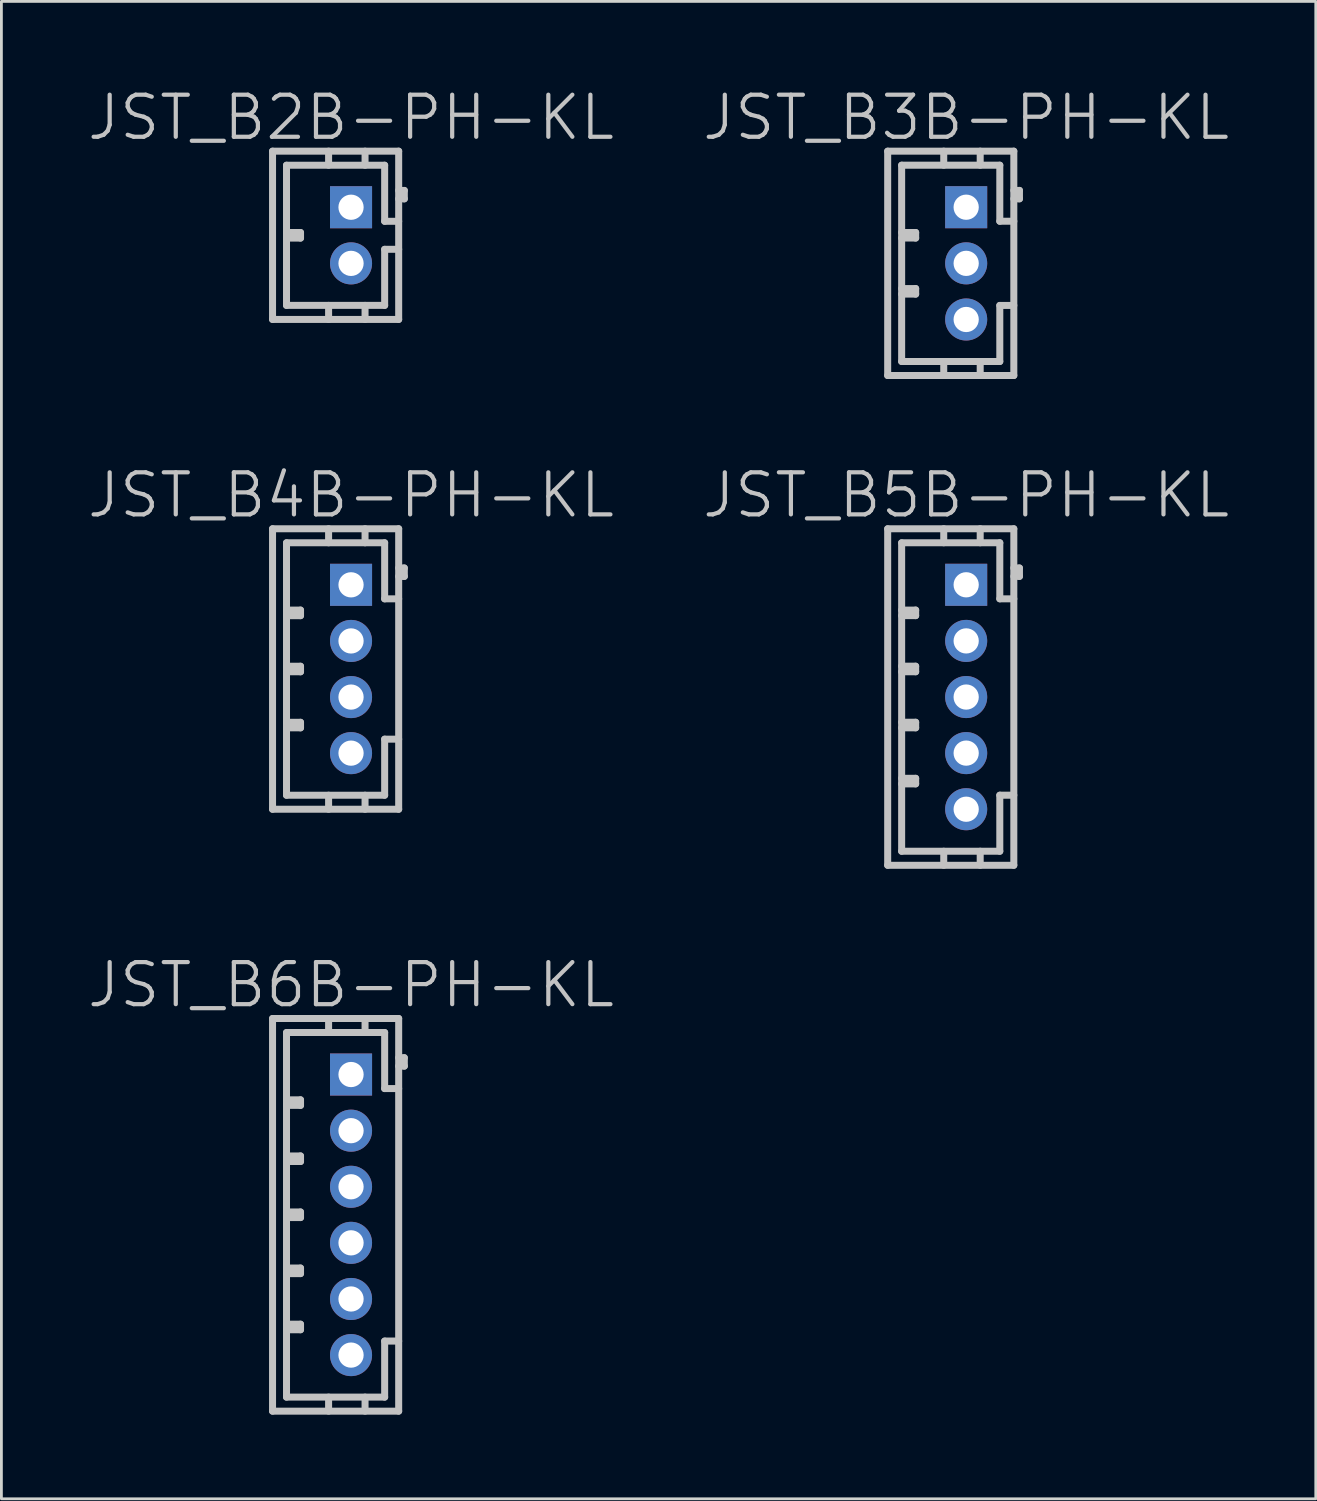
<source format=kicad_pcb>
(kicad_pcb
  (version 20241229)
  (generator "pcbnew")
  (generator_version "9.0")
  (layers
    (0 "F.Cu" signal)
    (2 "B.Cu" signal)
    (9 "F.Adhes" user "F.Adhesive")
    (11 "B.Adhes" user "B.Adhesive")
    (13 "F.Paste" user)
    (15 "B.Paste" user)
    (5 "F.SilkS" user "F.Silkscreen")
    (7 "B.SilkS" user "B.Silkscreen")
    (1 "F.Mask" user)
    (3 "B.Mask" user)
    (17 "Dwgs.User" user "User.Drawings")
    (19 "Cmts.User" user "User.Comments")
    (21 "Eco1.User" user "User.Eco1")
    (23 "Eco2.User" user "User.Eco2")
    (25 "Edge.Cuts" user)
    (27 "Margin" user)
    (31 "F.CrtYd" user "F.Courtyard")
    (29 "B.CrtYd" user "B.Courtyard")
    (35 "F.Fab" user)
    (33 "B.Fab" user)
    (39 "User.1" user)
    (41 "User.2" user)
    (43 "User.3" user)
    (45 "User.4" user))
  (footprint "JST_B2B-PH-KL"
    (layer "F.Cu")
    (at 9.468 5.341)
    (property "Reference" "JST_B2B-PH-KL" (at 0 -4.2 180) (layer "Dwgs.User") (effects (font (size 1.5 1.5) (thickness 0.15))))
    (attr through_hole)
    (fp_line (start -2.799 -3) (end -2.799 3) (stroke (width 0.25) (type solid)) (layer "Dwgs.User"))
    (fp_line (start -2.301 -2.499) (end -2.301 2.499) (stroke (width 0.25) (type solid)) (layer "Dwgs.User"))
    (fp_line (start -2.301 -0.099) (end -1.801 -0.099) (stroke (width 0.25) (type solid)) (layer "Dwgs.User"))
    (fp_line (start -2.301 2.499) (end 1.199 2.499) (stroke (width 0.25) (type solid)) (layer "Dwgs.User"))
    (fp_line (start -1.801 -0.099) (end -1.801 0.099) (stroke (width 0.25) (type solid)) (layer "Dwgs.User"))
    (fp_line (start -1.801 0.099) (end -2.301 0.099) (stroke (width 0.25) (type solid)) (layer "Dwgs.User"))
    (fp_line (start -0.8 -2.499) (end -0.8 -3) (stroke (width 0.25) (type solid)) (layer "Dwgs.User"))
    (fp_line (start -0.8 2.499) (end -0.8 3) (stroke (width 0.25) (type solid)) (layer "Dwgs.User"))
    (fp_line (start 0.5 -2.499) (end 0.5 -3) (stroke (width 0.25) (type solid)) (layer "Dwgs.User"))
    (fp_line (start 0.5 3) (end 0.5 2.499) (stroke (width 0.25) (type solid)) (layer "Dwgs.User"))
    (fp_line (start 1.199 -2.499) (end -2.301 -2.499) (stroke (width 0.25) (type solid)) (layer "Dwgs.User"))
    (fp_line (start 1.199 -0.5) (end 1.199 -2.499) (stroke (width 0.25) (type solid)) (layer "Dwgs.User"))
    (fp_line (start 1.199 0.5) (end 1.699 0.5) (stroke (width 0.25) (type solid)) (layer "Dwgs.User"))
    (fp_line (start 1.199 2.499) (end 1.199 0.5) (stroke (width 0.25) (type solid)) (layer "Dwgs.User"))
    (fp_line (start 1.699 -3) (end -2.799 -3) (stroke (width 0.25) (type solid)) (layer "Dwgs.User"))
    (fp_line (start 1.699 -1.3) (end 1.9 -1.3) (stroke (width 0.25) (type solid)) (layer "Dwgs.User"))
    (fp_line (start 1.699 -0.5) (end 1.199 -0.5) (stroke (width 0.25) (type solid)) (layer "Dwgs.User"))
    (fp_line (start 1.699 3) (end -2.799 3) (stroke (width 0.25) (type solid)) (layer "Dwgs.User"))
    (fp_line (start 1.699 3) (end 1.699 -3) (stroke (width 0.25) (type solid)) (layer "Dwgs.User"))
    (fp_line (start 1.9 -1.6) (end 1.699 -1.6) (stroke (width 0.25) (type solid)) (layer "Dwgs.User"))
    (fp_line (start 1.9 -1.3) (end 1.9 -1.6) (stroke (width 0.25) (type solid)) (layer "Dwgs.User"))
    (pad "1" thru_hole rect (at 0 -1.001 270) (size 1.5 1.5) (drill 0.9) (layers "*.Cu" "*.Mask"))
    (pad "2" thru_hole circle (at 0 1.001 270) (size 1.5 1.5) (drill 0.9) (layers "*.Cu" "*.Mask")))
  (footprint "JST_B5B-PH-KL"
    (layer "F.Cu")
    (at 31.404 21.807)
    (property "Reference" "JST_B5B-PH-KL" (at 0 -7.2 180) (layer "Dwgs.User") (effects (font (size 1.5 1.5) (thickness 0.15))))
    (attr through_hole)
    (fp_line (start -2.799 5.999) (end -2.799 -5.999) (stroke (width 0.25) (type solid)) (layer "Dwgs.User"))
    (fp_line (start -2.301 -5.499) (end -2.301 5.499) (stroke (width 0.25) (type solid)) (layer "Dwgs.User"))
    (fp_line (start -2.301 -3.101) (end -1.801 -3.101) (stroke (width 0.25) (type solid)) (layer "Dwgs.User"))
    (fp_line (start -2.301 -1.1) (end -1.801 -1.1) (stroke (width 0.25) (type solid)) (layer "Dwgs.User"))
    (fp_line (start -2.301 0.899) (end -1.801 0.899) (stroke (width 0.25) (type solid)) (layer "Dwgs.User"))
    (fp_line (start -2.301 2.898) (end -1.801 2.898) (stroke (width 0.25) (type solid)) (layer "Dwgs.User"))
    (fp_line (start -2.301 5.499) (end 1.199 5.499) (stroke (width 0.25) (type solid)) (layer "Dwgs.User"))
    (fp_line (start -1.801 -3.101) (end -1.801 -2.903) (stroke (width 0.25) (type solid)) (layer "Dwgs.User"))
    (fp_line (start -1.801 -2.903) (end -2.301 -2.903) (stroke (width 0.25) (type solid)) (layer "Dwgs.User"))
    (fp_line (start -1.801 -1.1) (end -1.801 -0.902) (stroke (width 0.25) (type solid)) (layer "Dwgs.User"))
    (fp_line (start -1.801 -0.902) (end -2.301 -0.902) (stroke (width 0.25) (type solid)) (layer "Dwgs.User"))
    (fp_line (start -1.801 0.899) (end -1.801 1.097) (stroke (width 0.25) (type solid)) (layer "Dwgs.User"))
    (fp_line (start -1.801 1.097) (end -2.301 1.097) (stroke (width 0.25) (type solid)) (layer "Dwgs.User"))
    (fp_line (start -1.801 2.898) (end -1.801 3.096) (stroke (width 0.25) (type solid)) (layer "Dwgs.User"))
    (fp_line (start -1.801 3.096) (end -2.301 3.096) (stroke (width 0.25) (type solid)) (layer "Dwgs.User"))
    (fp_line (start -0.8 -5.502) (end -0.8 -6.002) (stroke (width 0.25) (type solid)) (layer "Dwgs.User"))
    (fp_line (start -0.8 5.499) (end -0.8 5.999) (stroke (width 0.25) (type solid)) (layer "Dwgs.User"))
    (fp_line (start 0.5 -5.502) (end 0.5 -6.002) (stroke (width 0.25) (type solid)) (layer "Dwgs.User"))
    (fp_line (start 0.5 5.999) (end 0.5 5.499) (stroke (width 0.25) (type solid)) (layer "Dwgs.User"))
    (fp_line (start 1.199 -5.502) (end -2.301 -5.502) (stroke (width 0.25) (type solid)) (layer "Dwgs.User"))
    (fp_line (start 1.199 -3.503) (end 1.199 -5.502) (stroke (width 0.25) (type solid)) (layer "Dwgs.User"))
    (fp_line (start 1.199 3.5) (end 1.699 3.5) (stroke (width 0.25) (type solid)) (layer "Dwgs.User"))
    (fp_line (start 1.199 5.499) (end 1.199 3.5) (stroke (width 0.25) (type solid)) (layer "Dwgs.User"))
    (fp_line (start 1.699 -6.002) (end -2.799 -6.002) (stroke (width 0.25) (type solid)) (layer "Dwgs.User"))
    (fp_line (start 1.699 -4.303) (end 1.9 -4.303) (stroke (width 0.25) (type solid)) (layer "Dwgs.User"))
    (fp_line (start 1.699 -3.503) (end 1.199 -3.503) (stroke (width 0.25) (type solid)) (layer "Dwgs.User"))
    (fp_line (start 1.699 5.999) (end -2.799 5.999) (stroke (width 0.25) (type solid)) (layer "Dwgs.User"))
    (fp_line (start 1.699 5.999) (end 1.699 -5.999) (stroke (width 0.25) (type solid)) (layer "Dwgs.User"))
    (fp_line (start 1.9 -4.602) (end 1.699 -4.602) (stroke (width 0.25) (type solid)) (layer "Dwgs.User"))
    (fp_line (start 1.9 -4.303) (end 1.9 -4.602) (stroke (width 0.25) (type solid)) (layer "Dwgs.User"))
    (pad "1" thru_hole rect (at 0 -4.003 270) (size 1.5 1.5) (drill 0.9) (layers "*.Cu" "*.Mask"))
    (pad "2" thru_hole circle (at 0 -2.002 270) (size 1.5 1.5) (drill 0.9) (layers "*.Cu" "*.Mask"))
    (pad "3" thru_hole circle (at 0 0 270) (size 1.5 1.5) (drill 0.9) (layers "*.Cu" "*.Mask"))
    (pad "4" thru_hole circle (at 0 1.999 270) (size 1.5 1.5) (drill 0.9) (layers "*.Cu" "*.Mask"))
    (pad "5" thru_hole circle (at 0 4 270) (size 1.5 1.5) (drill 0.9) (layers "*.Cu" "*.Mask")))
  (footprint "JST_B4B-PH-KL"
    (layer "F.Cu")
    (at 9.468 20.807)
    (property "Reference" "JST_B4B-PH-KL" (at 0 -6.2 180) (layer "Dwgs.User") (effects (font (size 1.5 1.5) (thickness 0.15))))
    (attr through_hole)
    (fp_line (start -2.799 -5.001) (end -2.799 5.001) (stroke (width 0.25) (type solid)) (layer "Dwgs.User"))
    (fp_line (start -2.301 -2.101) (end -1.801 -2.101) (stroke (width 0.25) (type solid)) (layer "Dwgs.User"))
    (fp_line (start -2.301 -0.099) (end -1.801 -0.099) (stroke (width 0.25) (type solid)) (layer "Dwgs.User"))
    (fp_line (start -2.301 1.9) (end -1.801 1.9) (stroke (width 0.25) (type solid)) (layer "Dwgs.User"))
    (fp_line (start -2.301 4.501) (end -2.301 -4.501) (stroke (width 0.25) (type solid)) (layer "Dwgs.User"))
    (fp_line (start -2.301 4.501) (end 1.199 4.501) (stroke (width 0.25) (type solid)) (layer "Dwgs.User"))
    (fp_line (start -1.801 -2.101) (end -1.801 -1.902) (stroke (width 0.25) (type solid)) (layer "Dwgs.User"))
    (fp_line (start -1.801 -1.902) (end -2.301 -1.902) (stroke (width 0.25) (type solid)) (layer "Dwgs.User"))
    (fp_line (start -1.801 -0.099) (end -1.801 0.099) (stroke (width 0.25) (type solid)) (layer "Dwgs.User"))
    (fp_line (start -1.801 0.099) (end -2.301 0.099) (stroke (width 0.25) (type solid)) (layer "Dwgs.User"))
    (fp_line (start -1.801 1.9) (end -1.801 2.098) (stroke (width 0.25) (type solid)) (layer "Dwgs.User"))
    (fp_line (start -1.801 2.098) (end -2.301 2.098) (stroke (width 0.25) (type solid)) (layer "Dwgs.User"))
    (fp_line (start -0.8 -4.501) (end -0.8 -5.001) (stroke (width 0.25) (type solid)) (layer "Dwgs.User"))
    (fp_line (start -0.8 4.501) (end -0.8 5.001) (stroke (width 0.25) (type solid)) (layer "Dwgs.User"))
    (fp_line (start 0.5 -4.501) (end 0.5 -5.001) (stroke (width 0.25) (type solid)) (layer "Dwgs.User"))
    (fp_line (start 0.5 5.001) (end 0.5 4.501) (stroke (width 0.25) (type solid)) (layer "Dwgs.User"))
    (fp_line (start 1.199 -4.501) (end -2.301 -4.501) (stroke (width 0.25) (type solid)) (layer "Dwgs.User"))
    (fp_line (start 1.199 -2.502) (end 1.199 -4.501) (stroke (width 0.25) (type solid)) (layer "Dwgs.User"))
    (fp_line (start 1.199 2.502) (end 1.699 2.502) (stroke (width 0.25) (type solid)) (layer "Dwgs.User"))
    (fp_line (start 1.199 4.501) (end 1.199 2.502) (stroke (width 0.25) (type solid)) (layer "Dwgs.User"))
    (fp_line (start 1.699 -5.001) (end -2.799 -5.001) (stroke (width 0.25) (type solid)) (layer "Dwgs.User"))
    (fp_line (start 1.699 -5.001) (end 1.699 5.001) (stroke (width 0.25) (type solid)) (layer "Dwgs.User"))
    (fp_line (start 1.699 -3.302) (end 1.9 -3.302) (stroke (width 0.25) (type solid)) (layer "Dwgs.User"))
    (fp_line (start 1.699 -2.502) (end 1.199 -2.502) (stroke (width 0.25) (type solid)) (layer "Dwgs.User"))
    (fp_line (start 1.699 5.001) (end -2.799 5.001) (stroke (width 0.25) (type solid)) (layer "Dwgs.User"))
    (fp_line (start 1.9 -3.602) (end 1.699 -3.602) (stroke (width 0.25) (type solid)) (layer "Dwgs.User"))
    (fp_line (start 1.9 -3.302) (end 1.9 -3.602) (stroke (width 0.25) (type solid)) (layer "Dwgs.User"))
    (pad "1" thru_hole rect (at 0 -3.002) (size 1.5 1.5) (drill 0.9) (layers "*.Cu" "*.Mask"))
    (pad "2" thru_hole circle (at 0 -1.001 270) (size 1.5 1.5) (drill 0.9) (layers "*.Cu" "*.Mask"))
    (pad "3" thru_hole circle (at 0 1.001 270) (size 1.5 1.5) (drill 0.9) (layers "*.Cu" "*.Mask"))
    (pad "4" thru_hole circle (at 0 3 270) (size 1.5 1.5) (drill 0.9) (layers "*.Cu" "*.Mask")))
  (footprint "JST_B3B-PH-KL"
    (layer "F.Cu")
    (at 31.404 6.341)
    (property "Reference" "JST_B3B-PH-KL" (at 0 -5.2 180) (layer "Dwgs.User") (effects (font (size 1.5 1.5) (thickness 0.15))))
    (attr through_hole)
    (fp_line (start -2.799 -4) (end -2.799 4) (stroke (width 0.25) (type solid)) (layer "Dwgs.User"))
    (fp_line (start -2.301 -1.1) (end -1.801 -1.1) (stroke (width 0.25) (type solid)) (layer "Dwgs.User"))
    (fp_line (start -2.301 0.899) (end -1.801 0.899) (stroke (width 0.25) (type solid)) (layer "Dwgs.User"))
    (fp_line (start -2.301 3.5) (end -2.301 -3.5) (stroke (width 0.25) (type solid)) (layer "Dwgs.User"))
    (fp_line (start -2.301 3.5) (end 1.199 3.5) (stroke (width 0.25) (type solid)) (layer "Dwgs.User"))
    (fp_line (start -1.801 -1.1) (end -1.801 -0.902) (stroke (width 0.25) (type solid)) (layer "Dwgs.User"))
    (fp_line (start -1.801 -0.902) (end -2.301 -0.902) (stroke (width 0.25) (type solid)) (layer "Dwgs.User"))
    (fp_line (start -1.801 0.899) (end -1.801 1.097) (stroke (width 0.25) (type solid)) (layer "Dwgs.User"))
    (fp_line (start -1.801 1.097) (end -2.301 1.097) (stroke (width 0.25) (type solid)) (layer "Dwgs.User"))
    (fp_line (start -0.8 -3.5) (end -0.8 -4) (stroke (width 0.25) (type solid)) (layer "Dwgs.User"))
    (fp_line (start -0.8 3.5) (end -0.8 4) (stroke (width 0.25) (type solid)) (layer "Dwgs.User"))
    (fp_line (start 0.5 -3.5) (end 0.5 -4) (stroke (width 0.25) (type solid)) (layer "Dwgs.User"))
    (fp_line (start 0.5 4) (end 0.5 3.5) (stroke (width 0.25) (type solid)) (layer "Dwgs.User"))
    (fp_line (start 1.199 -3.5) (end -2.301 -3.5) (stroke (width 0.25) (type solid)) (layer "Dwgs.User"))
    (fp_line (start 1.199 -1.501) (end 1.199 -3.5) (stroke (width 0.25) (type solid)) (layer "Dwgs.User"))
    (fp_line (start 1.199 1.501) (end 1.699 1.501) (stroke (width 0.25) (type solid)) (layer "Dwgs.User"))
    (fp_line (start 1.199 3.5) (end 1.199 1.501) (stroke (width 0.25) (type solid)) (layer "Dwgs.User"))
    (fp_line (start 1.699 -4) (end -2.799 -4) (stroke (width 0.25) (type solid)) (layer "Dwgs.User"))
    (fp_line (start 1.699 -4) (end 1.699 4) (stroke (width 0.25) (type solid)) (layer "Dwgs.User"))
    (fp_line (start 1.699 -2.301) (end 1.9 -2.301) (stroke (width 0.25) (type solid)) (layer "Dwgs.User"))
    (fp_line (start 1.699 -1.501) (end 1.199 -1.501) (stroke (width 0.25) (type solid)) (layer "Dwgs.User"))
    (fp_line (start 1.699 4) (end -2.799 4) (stroke (width 0.25) (type solid)) (layer "Dwgs.User"))
    (fp_line (start 1.9 -2.601) (end 1.699 -2.601) (stroke (width 0.25) (type solid)) (layer "Dwgs.User"))
    (fp_line (start 1.9 -2.301) (end 1.9 -2.601) (stroke (width 0.25) (type solid)) (layer "Dwgs.User"))
    (pad "1" thru_hole rect (at 0 -2.002) (size 1.5 1.5) (drill 0.9) (layers "*.Cu" "*.Mask"))
    (pad "2" thru_hole circle (at 0 0 270) (size 1.5 1.5) (drill 0.9) (layers "*.Cu" "*.Mask"))
    (pad "3" thru_hole circle (at 0 2.002 270) (size 1.5 1.5) (drill 0.9) (layers "*.Cu" "*.Mask")))
  (footprint "JST_B6B-PH-KL"
    (layer "F.Cu")
    (at 9.468 40.272)
    (property "Reference" "JST_B6B-PH-KL" (at 0 -8.2 180) (layer "Dwgs.User") (effects (font (size 1.5 1.5) (thickness 0.15))))
    (attr through_hole)
    (fp_line (start -2.799 -7) (end -2.799 7) (stroke (width 0.25) (type solid)) (layer "Dwgs.User"))
    (fp_line (start -2.301 -4.102) (end -1.801 -4.102) (stroke (width 0.25) (type solid)) (layer "Dwgs.User"))
    (fp_line (start -2.301 -2.101) (end -1.801 -2.101) (stroke (width 0.25) (type solid)) (layer "Dwgs.User"))
    (fp_line (start -2.301 -0.102) (end -1.801 -0.102) (stroke (width 0.25) (type solid)) (layer "Dwgs.User"))
    (fp_line (start -2.301 1.897) (end -1.801 1.897) (stroke (width 0.25) (type solid)) (layer "Dwgs.User"))
    (fp_line (start -2.301 3.899) (end -1.801 3.899) (stroke (width 0.25) (type solid)) (layer "Dwgs.User"))
    (fp_line (start -2.301 6.5) (end -2.301 -6.5) (stroke (width 0.25) (type solid)) (layer "Dwgs.User"))
    (fp_line (start -2.301 6.5) (end 1.199 6.5) (stroke (width 0.25) (type solid)) (layer "Dwgs.User"))
    (fp_line (start -1.801 -4.102) (end -1.801 -3.904) (stroke (width 0.25) (type solid)) (layer "Dwgs.User"))
    (fp_line (start -1.801 -3.904) (end -2.301 -3.904) (stroke (width 0.25) (type solid)) (layer "Dwgs.User"))
    (fp_line (start -1.801 -2.101) (end -1.801 -1.902) (stroke (width 0.25) (type solid)) (layer "Dwgs.User"))
    (fp_line (start -1.801 -1.902) (end -2.301 -1.902) (stroke (width 0.25) (type solid)) (layer "Dwgs.User"))
    (fp_line (start -1.801 -0.102) (end -1.801 0.097) (stroke (width 0.25) (type solid)) (layer "Dwgs.User"))
    (fp_line (start -1.801 0.097) (end -2.301 0.097) (stroke (width 0.25) (type solid)) (layer "Dwgs.User"))
    (fp_line (start -1.801 1.897) (end -1.801 2.095) (stroke (width 0.25) (type solid)) (layer "Dwgs.User"))
    (fp_line (start -1.801 2.095) (end -2.301 2.095) (stroke (width 0.25) (type solid)) (layer "Dwgs.User"))
    (fp_line (start -1.801 3.899) (end -1.801 4.097) (stroke (width 0.25) (type solid)) (layer "Dwgs.User"))
    (fp_line (start -1.801 4.097) (end -2.301 4.097) (stroke (width 0.25) (type solid)) (layer "Dwgs.User"))
    (fp_line (start -0.8 -6.502) (end -0.8 -7.003) (stroke (width 0.25) (type solid)) (layer "Dwgs.User"))
    (fp_line (start -0.8 6.5) (end -0.8 7) (stroke (width 0.25) (type solid)) (layer "Dwgs.User"))
    (fp_line (start 0.5 -6.502) (end 0.5 -7.003) (stroke (width 0.25) (type solid)) (layer "Dwgs.User"))
    (fp_line (start 0.5 7) (end 0.5 6.5) (stroke (width 0.25) (type solid)) (layer "Dwgs.User"))
    (fp_line (start 1.199 -6.502) (end -2.301 -6.502) (stroke (width 0.25) (type solid)) (layer "Dwgs.User"))
    (fp_line (start 1.199 -4.503) (end 1.199 -6.502) (stroke (width 0.25) (type solid)) (layer "Dwgs.User"))
    (fp_line (start 1.199 4.501) (end 1.699 4.501) (stroke (width 0.25) (type solid)) (layer "Dwgs.User"))
    (fp_line (start 1.199 6.5) (end 1.199 4.501) (stroke (width 0.25) (type solid)) (layer "Dwgs.User"))
    (fp_line (start 1.699 -7.003) (end -2.799 -7.003) (stroke (width 0.25) (type solid)) (layer "Dwgs.User"))
    (fp_line (start 1.699 -5.304) (end 1.9 -5.304) (stroke (width 0.25) (type solid)) (layer "Dwgs.User"))
    (fp_line (start 1.699 -4.503) (end 1.199 -4.503) (stroke (width 0.25) (type solid)) (layer "Dwgs.User"))
    (fp_line (start 1.699 7) (end -2.799 7) (stroke (width 0.25) (type solid)) (layer "Dwgs.User"))
    (fp_line (start 1.699 7) (end 1.699 -7) (stroke (width 0.25) (type solid)) (layer "Dwgs.User"))
    (fp_line (start 1.9 -5.603) (end 1.699 -5.603) (stroke (width 0.25) (type solid)) (layer "Dwgs.User"))
    (fp_line (start 1.9 -5.304) (end 1.9 -5.603) (stroke (width 0.25) (type solid)) (layer "Dwgs.User"))
    (pad "1" thru_hole rect (at 0 -5.004) (size 1.5 1.5) (drill 0.9) (layers "*.Cu" "*.Mask"))
    (pad "2" thru_hole circle (at 0 -3.002 270) (size 1.5 1.5) (drill 0.9) (layers "*.Cu" "*.Mask"))
    (pad "3" thru_hole circle (at 0 -1.001 270) (size 1.5 1.5) (drill 0.9) (layers "*.Cu" "*.Mask"))
    (pad "4" thru_hole circle (at 0 0.998 270) (size 1.5 1.5) (drill 0.9) (layers "*.Cu" "*.Mask"))
    (pad "5" thru_hole circle (at 0 3 270) (size 1.5 1.5) (drill 0.9) (layers "*.Cu" "*.Mask"))
    (pad "6" thru_hole circle (at 0 5.001 270) (size 1.5 1.5) (drill 0.9) (layers "*.Cu" "*.Mask")))
  (gr_rect
    (start -3 -3)
    (end 43.871 50.397)
    (stroke (width 0.1) (type default))
    (fill no)
    (layer "Edge.Cuts")))
</source>
